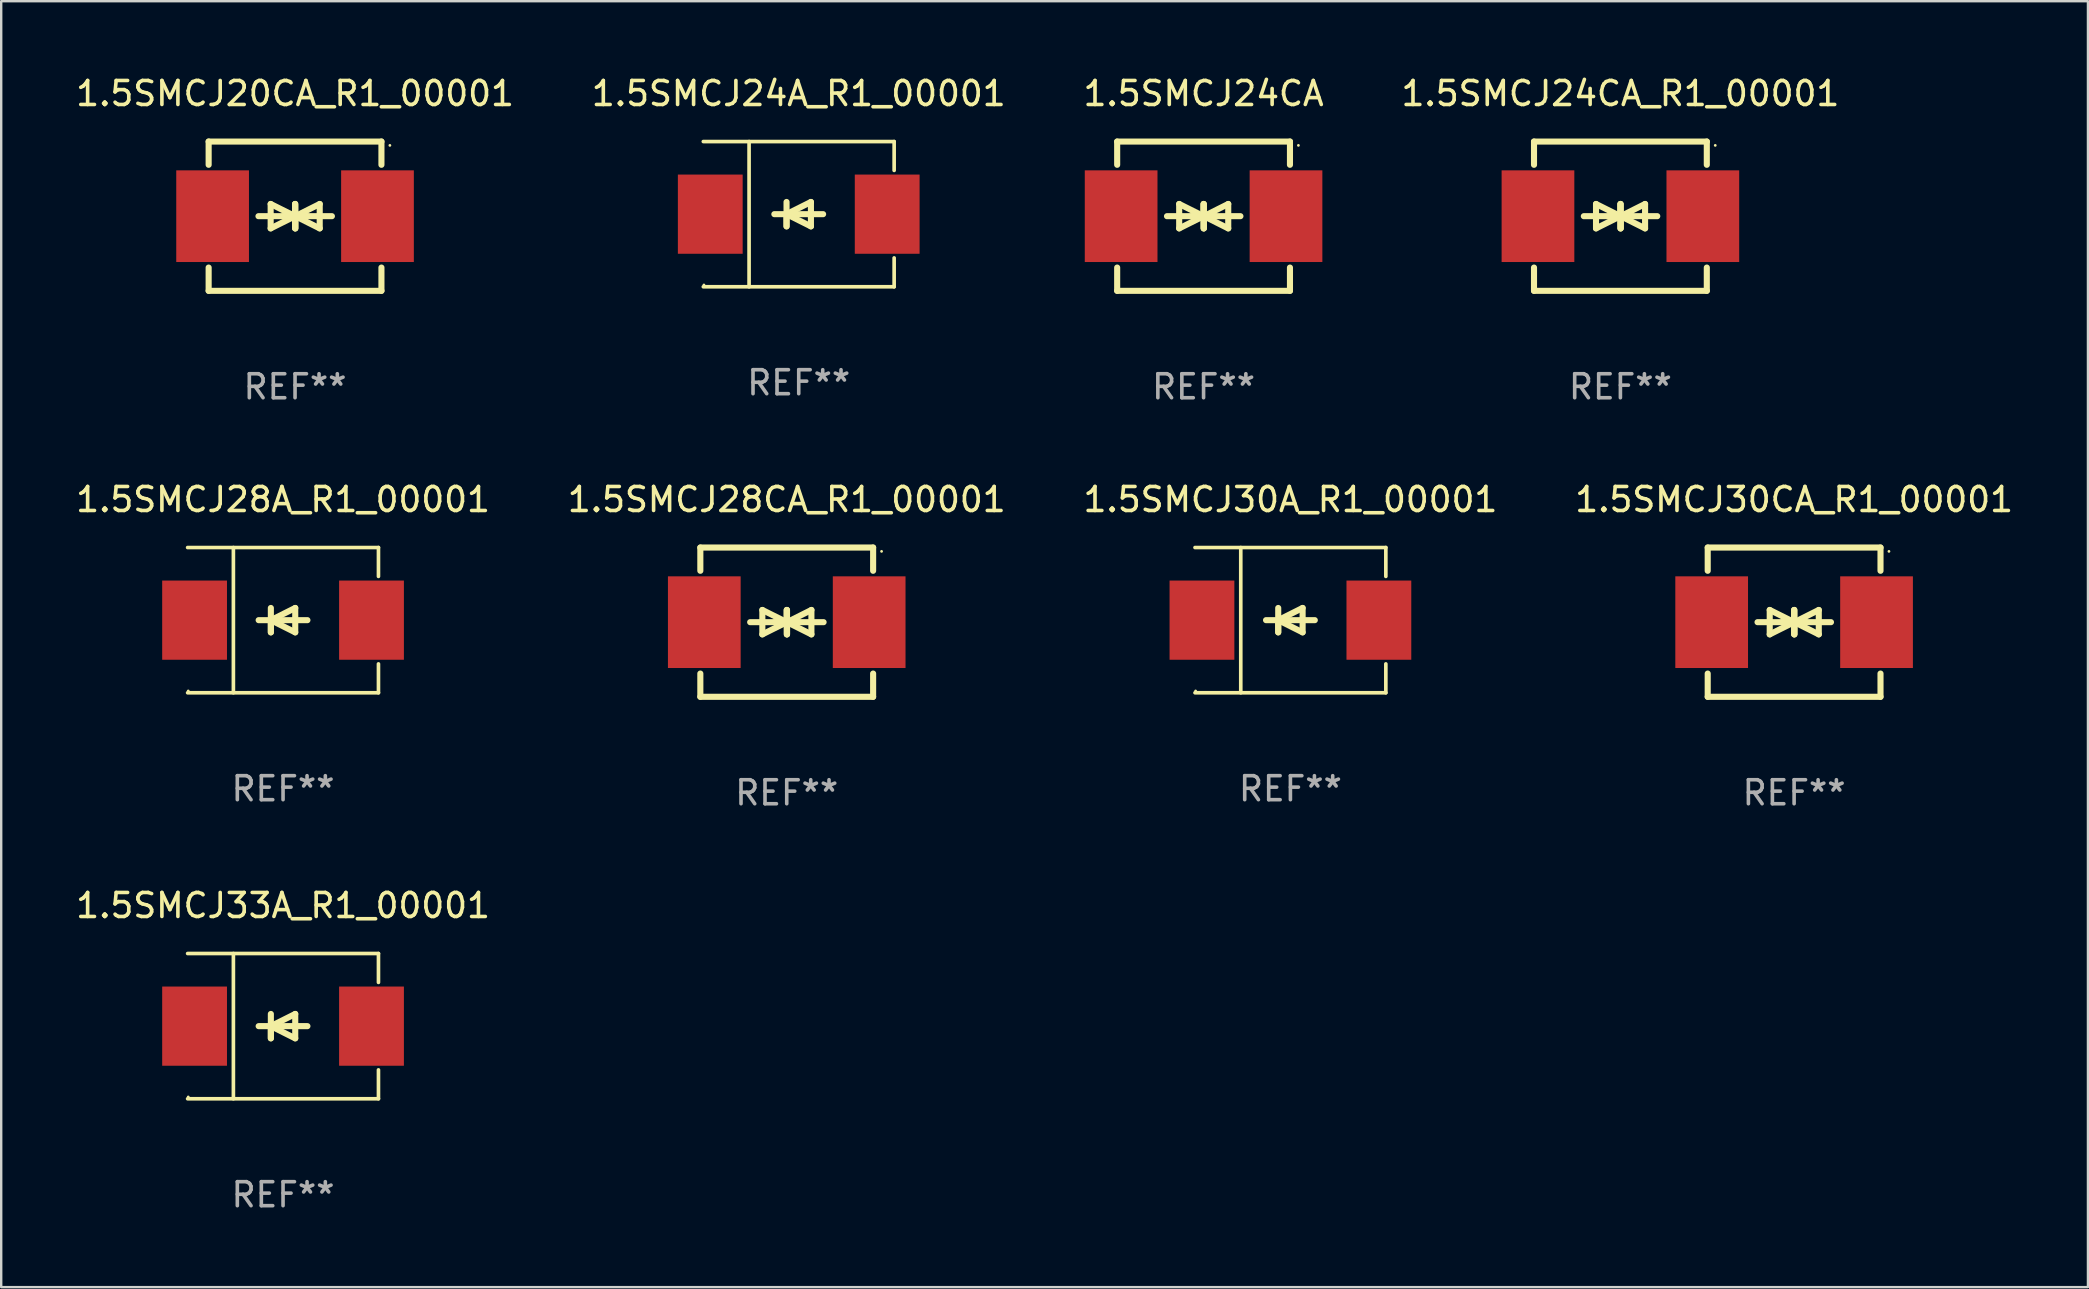
<source format=kicad_pcb>
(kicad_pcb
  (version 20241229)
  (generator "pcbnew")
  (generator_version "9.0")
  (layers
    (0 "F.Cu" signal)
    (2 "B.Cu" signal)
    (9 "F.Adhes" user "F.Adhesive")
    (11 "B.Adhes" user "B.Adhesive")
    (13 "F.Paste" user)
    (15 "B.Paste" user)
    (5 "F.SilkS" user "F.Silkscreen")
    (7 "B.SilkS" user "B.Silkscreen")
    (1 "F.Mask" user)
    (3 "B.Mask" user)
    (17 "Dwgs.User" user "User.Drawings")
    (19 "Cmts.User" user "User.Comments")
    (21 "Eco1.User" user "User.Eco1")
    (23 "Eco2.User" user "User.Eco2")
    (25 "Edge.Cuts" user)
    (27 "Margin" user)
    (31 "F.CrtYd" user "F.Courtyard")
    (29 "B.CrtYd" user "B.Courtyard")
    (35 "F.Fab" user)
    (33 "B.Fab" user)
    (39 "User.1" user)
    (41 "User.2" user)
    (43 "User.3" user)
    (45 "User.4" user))
  (footprint "1.5SMCJ24CA_R1_00001"
    (layer "F.Cu")
    (at 64.47 5.958)
    (property "Reference" "1.5SMCJ24CA_R1_00001" (at 0 -5.11 0) (layer "F.SilkS") (effects (font (size 1 1) (thickness 0.15))))
    (attr through_hole)
    (fp_line (start -3.6 -2.141) (end -3.6 -3.11) (stroke (width 0.254) (type solid)) (layer "F.SilkS"))
    (fp_line (start -3.6 3.11) (end -3.6 2.141) (stroke (width 0.254) (type solid)) (layer "F.SilkS"))
    (fp_line (start -1.524 0) (end 0.508 0) (stroke (width 0.254) (type solid)) (layer "F.SilkS"))
    (fp_line (start -1.016 -0.508) (end -1.016 0.508) (stroke (width 0.254) (type solid)) (layer "F.SilkS"))
    (fp_line (start -1.016 0.508) (end 0 0) (stroke (width 0.254) (type solid)) (layer "F.SilkS"))
    (fp_line (start 0 -0.508) (end 0 0.508) (stroke (width 0.254) (type solid)) (layer "F.SilkS"))
    (fp_line (start 0 0) (end -1.016 -0.508) (stroke (width 0.254) (type solid)) (layer "F.SilkS"))
    (fp_line (start 0 0) (end 0 -0.508) (stroke (width 0.254) (type solid)) (layer "F.SilkS"))
    (fp_line (start 0.012 0) (end 0.012 0.508) (stroke (width 0.254) (type solid)) (layer "F.SilkS"))
    (fp_line (start 0.012 0) (end 1.028 0.508) (stroke (width 0.254) (type solid)) (layer "F.SilkS"))
    (fp_line (start 0.012 0.508) (end 0.012 -0.508) (stroke (width 0.254) (type solid)) (layer "F.SilkS"))
    (fp_line (start 1.028 -0.508) (end 0.012 0) (stroke (width 0.254) (type solid)) (layer "F.SilkS"))
    (fp_line (start 1.028 0.508) (end 1.028 -0.508) (stroke (width 0.254) (type solid)) (layer "F.SilkS"))
    (fp_line (start 1.536 0) (end -0.496 0) (stroke (width 0.254) (type solid)) (layer "F.SilkS"))
    (fp_line (start 3.6 -3.11) (end -3.6 -3.11) (stroke (width 0.254) (type solid)) (layer "F.SilkS"))
    (fp_line (start 3.6 -2.141) (end 3.6 -3.11) (stroke (width 0.254) (type solid)) (layer "F.SilkS"))
    (fp_line (start 3.6 3.11) (end -3.6 3.11) (stroke (width 0.254) (type solid)) (layer "F.SilkS"))
    (fp_line (start 3.6 3.11) (end 3.6 2.141) (stroke (width 0.254) (type solid)) (layer "F.SilkS"))
    (fp_circle (center 3.952 -2.95) (end 3.982 -2.95) (stroke (width 0.06) (type solid)) (fill no) (layer "F.SilkS"))
    (fp_text user "REF**" (at 0 7.11 0) (layer "F.Fab") (effects (font (size 1 1) (thickness 0.15))))
    (pad "1" smd rect (at 3.435 0) (size 3.03 3.82) (layers "F.Cu" "F.Mask" "F.Paste"))
    (pad "2" smd rect (at -3.435 0) (size 3.03 3.82) (layers "F.Cu" "F.Mask" "F.Paste")))
  (footprint "1.5SMCJ24CA"
    (layer "F.Cu")
    (at 47.101 5.958)
    (property "Reference" "1.5SMCJ24CA" (at 0 -5.11 0) (layer "F.SilkS") (effects (font (size 1 1) (thickness 0.15))))
    (attr through_hole)
    (fp_line (start -3.6 -2.141) (end -3.6 -3.11) (stroke (width 0.254) (type solid)) (layer "F.SilkS"))
    (fp_line (start -3.6 3.11) (end -3.6 2.141) (stroke (width 0.254) (type solid)) (layer "F.SilkS"))
    (fp_line (start -1.524 0) (end 0.508 0) (stroke (width 0.254) (type solid)) (layer "F.SilkS"))
    (fp_line (start -1.016 -0.508) (end -1.016 0.508) (stroke (width 0.254) (type solid)) (layer "F.SilkS"))
    (fp_line (start -1.016 0.508) (end 0 0) (stroke (width 0.254) (type solid)) (layer "F.SilkS"))
    (fp_line (start 0 -0.508) (end 0 0.508) (stroke (width 0.254) (type solid)) (layer "F.SilkS"))
    (fp_line (start 0 0) (end -1.016 -0.508) (stroke (width 0.254) (type solid)) (layer "F.SilkS"))
    (fp_line (start 0 0) (end 0 -0.508) (stroke (width 0.254) (type solid)) (layer "F.SilkS"))
    (fp_line (start 0.012 0) (end 0.012 0.508) (stroke (width 0.254) (type solid)) (layer "F.SilkS"))
    (fp_line (start 0.012 0) (end 1.028 0.508) (stroke (width 0.254) (type solid)) (layer "F.SilkS"))
    (fp_line (start 0.012 0.508) (end 0.012 -0.508) (stroke (width 0.254) (type solid)) (layer "F.SilkS"))
    (fp_line (start 1.028 -0.508) (end 0.012 0) (stroke (width 0.254) (type solid)) (layer "F.SilkS"))
    (fp_line (start 1.028 0.508) (end 1.028 -0.508) (stroke (width 0.254) (type solid)) (layer "F.SilkS"))
    (fp_line (start 1.536 0) (end -0.496 0) (stroke (width 0.254) (type solid)) (layer "F.SilkS"))
    (fp_line (start 3.6 -3.11) (end -3.6 -3.11) (stroke (width 0.254) (type solid)) (layer "F.SilkS"))
    (fp_line (start 3.6 -2.141) (end 3.6 -3.11) (stroke (width 0.254) (type solid)) (layer "F.SilkS"))
    (fp_line (start 3.6 3.11) (end -3.6 3.11) (stroke (width 0.254) (type solid)) (layer "F.SilkS"))
    (fp_line (start 3.6 3.11) (end 3.6 2.141) (stroke (width 0.254) (type solid)) (layer "F.SilkS"))
    (fp_circle (center 3.952 -2.95) (end 3.982 -2.95) (stroke (width 0.06) (type solid)) (fill no) (layer "F.SilkS"))
    (fp_text user "REF**" (at 0 7.11 0) (layer "F.Fab") (effects (font (size 1 1) (thickness 0.15))))
    (pad "1" smd rect (at 3.435 0) (size 3.03 3.82) (layers "F.Cu" "F.Mask" "F.Paste"))
    (pad "2" smd rect (at -3.435 0) (size 3.03 3.82) (layers "F.Cu" "F.Mask" "F.Paste")))
  (footprint "1.5SMCJ30A_R1_00001"
    (layer "F.Cu")
    (at 50.72 22.791)
    (property "Reference" "1.5SMCJ30A_R1_00001" (at 0 -5.026 0) (layer "F.SilkS") (effects (font (size 1 1) (thickness 0.15))))
    (attr through_hole)
    (fp_line (start -3.976 -3.026) (end 3.976 -3.026) (stroke (width 0.152) (type solid)) (layer "F.SilkS"))
    (fp_line (start -3.976 3.026) (end 3.976 3.026) (stroke (width 0.152) (type solid)) (layer "F.SilkS"))
    (fp_line (start -2.069 -3.026) (end -2.069 3.026) (stroke (width 0.152) (type solid)) (layer "F.SilkS"))
    (fp_line (start -0.508 0) (end -0.508 0.508) (stroke (width 0.254) (type solid)) (layer "F.SilkS"))
    (fp_line (start -0.508 0) (end 0.508 0.508) (stroke (width 0.254) (type solid)) (layer "F.SilkS"))
    (fp_line (start -0.508 0.508) (end -0.508 -0.508) (stroke (width 0.254) (type solid)) (layer "F.SilkS"))
    (fp_line (start 0.508 -0.508) (end -0.508 0) (stroke (width 0.254) (type solid)) (layer "F.SilkS"))
    (fp_line (start 0.508 0.508) (end 0.508 -0.508) (stroke (width 0.254) (type solid)) (layer "F.SilkS"))
    (fp_line (start 1.016 0) (end -1.016 0) (stroke (width 0.254) (type solid)) (layer "F.SilkS"))
    (fp_line (start 3.976 -3.026) (end 3.976 -1.823) (stroke (width 0.152) (type solid)) (layer "F.SilkS"))
    (fp_line (start 3.976 3.026) (end 3.976 1.823) (stroke (width 0.152) (type solid)) (layer "F.SilkS"))
    (fp_circle (center -3.95 2.95) (end -3.92 2.95) (stroke (width 0.06) (type solid)) (fill no) (layer "F.SilkS"))
    (fp_text user "REF**" (at 0 7.026 0) (layer "F.Fab") (effects (font (size 1 1) (thickness 0.15))))
    (pad "1" smd rect (at -3.686 0) (size 2.7 3.3) (layers "F.Cu" "F.Mask" "F.Paste"))
    (pad "2" smd rect (at 3.686 0) (size 2.7 3.3) (layers "F.Cu" "F.Mask" "F.Paste")))
  (footprint "1.5SMCJ33A_R1_00001"
    (layer "F.Cu")
    (at 8.744 39.708)
    (property "Reference" "1.5SMCJ33A_R1_00001" (at 0 -5.026 0) (layer "F.SilkS") (effects (font (size 1 1) (thickness 0.15))))
    (attr through_hole)
    (fp_line (start -3.976 -3.026) (end 3.976 -3.026) (stroke (width 0.152) (type solid)) (layer "F.SilkS"))
    (fp_line (start -3.976 3.026) (end 3.976 3.026) (stroke (width 0.152) (type solid)) (layer "F.SilkS"))
    (fp_line (start -2.069 -3.026) (end -2.069 3.026) (stroke (width 0.152) (type solid)) (layer "F.SilkS"))
    (fp_line (start -0.508 0) (end -0.508 0.508) (stroke (width 0.254) (type solid)) (layer "F.SilkS"))
    (fp_line (start -0.508 0) (end 0.508 0.508) (stroke (width 0.254) (type solid)) (layer "F.SilkS"))
    (fp_line (start -0.508 0.508) (end -0.508 -0.508) (stroke (width 0.254) (type solid)) (layer "F.SilkS"))
    (fp_line (start 0.508 -0.508) (end -0.508 0) (stroke (width 0.254) (type solid)) (layer "F.SilkS"))
    (fp_line (start 0.508 0.508) (end 0.508 -0.508) (stroke (width 0.254) (type solid)) (layer "F.SilkS"))
    (fp_line (start 1.016 0) (end -1.016 0) (stroke (width 0.254) (type solid)) (layer "F.SilkS"))
    (fp_line (start 3.976 -3.026) (end 3.976 -1.823) (stroke (width 0.152) (type solid)) (layer "F.SilkS"))
    (fp_line (start 3.976 3.026) (end 3.976 1.823) (stroke (width 0.152) (type solid)) (layer "F.SilkS"))
    (fp_circle (center -3.95 2.95) (end -3.92 2.95) (stroke (width 0.06) (type solid)) (fill no) (layer "F.SilkS"))
    (fp_text user "REF**" (at 0 7.026 0) (layer "F.Fab") (effects (font (size 1 1) (thickness 0.15))))
    (pad "1" smd rect (at -3.686 0) (size 2.7 3.3) (layers "F.Cu" "F.Mask" "F.Paste"))
    (pad "2" smd rect (at 3.686 0) (size 2.7 3.3) (layers "F.Cu" "F.Mask" "F.Paste")))
  (footprint "1.5SMCJ24A_R1_00001"
    (layer "F.Cu")
    (at 30.232 5.874)
    (property "Reference" "1.5SMCJ24A_R1_00001" (at 0 -5.026 0) (layer "F.SilkS") (effects (font (size 1 1) (thickness 0.15))))
    (attr through_hole)
    (fp_line (start -3.976 -3.026) (end 3.976 -3.026) (stroke (width 0.152) (type solid)) (layer "F.SilkS"))
    (fp_line (start -3.976 3.026) (end 3.976 3.026) (stroke (width 0.152) (type solid)) (layer "F.SilkS"))
    (fp_line (start -2.069 -3.026) (end -2.069 3.026) (stroke (width 0.152) (type solid)) (layer "F.SilkS"))
    (fp_line (start -0.508 0) (end -0.508 0.508) (stroke (width 0.254) (type solid)) (layer "F.SilkS"))
    (fp_line (start -0.508 0) (end 0.508 0.508) (stroke (width 0.254) (type solid)) (layer "F.SilkS"))
    (fp_line (start -0.508 0.508) (end -0.508 -0.508) (stroke (width 0.254) (type solid)) (layer "F.SilkS"))
    (fp_line (start 0.508 -0.508) (end -0.508 0) (stroke (width 0.254) (type solid)) (layer "F.SilkS"))
    (fp_line (start 0.508 0.508) (end 0.508 -0.508) (stroke (width 0.254) (type solid)) (layer "F.SilkS"))
    (fp_line (start 1.016 0) (end -1.016 0) (stroke (width 0.254) (type solid)) (layer "F.SilkS"))
    (fp_line (start 3.976 -3.026) (end 3.976 -1.823) (stroke (width 0.152) (type solid)) (layer "F.SilkS"))
    (fp_line (start 3.976 3.026) (end 3.976 1.823) (stroke (width 0.152) (type solid)) (layer "F.SilkS"))
    (fp_circle (center -3.95 2.95) (end -3.92 2.95) (stroke (width 0.06) (type solid)) (fill no) (layer "F.SilkS"))
    (fp_text user "REF**" (at 0 7.026 0) (layer "F.Fab") (effects (font (size 1 1) (thickness 0.15))))
    (pad "1" smd rect (at -3.686 0) (size 2.7 3.3) (layers "F.Cu" "F.Mask" "F.Paste"))
    (pad "2" smd rect (at 3.686 0) (size 2.7 3.3) (layers "F.Cu" "F.Mask" "F.Paste")))
  (footprint "1.5SMCJ28CA_R1_00001"
    (layer "F.Cu")
    (at 29.732 22.875)
    (property "Reference" "1.5SMCJ28CA_R1_00001" (at 0 -5.11 0) (layer "F.SilkS") (effects (font (size 1 1) (thickness 0.15))))
    (attr through_hole)
    (fp_line (start -3.6 -2.141) (end -3.6 -3.11) (stroke (width 0.254) (type solid)) (layer "F.SilkS"))
    (fp_line (start -3.6 3.11) (end -3.6 2.141) (stroke (width 0.254) (type solid)) (layer "F.SilkS"))
    (fp_line (start -1.524 0) (end 0.508 0) (stroke (width 0.254) (type solid)) (layer "F.SilkS"))
    (fp_line (start -1.016 -0.508) (end -1.016 0.508) (stroke (width 0.254) (type solid)) (layer "F.SilkS"))
    (fp_line (start -1.016 0.508) (end 0 0) (stroke (width 0.254) (type solid)) (layer "F.SilkS"))
    (fp_line (start 0 -0.508) (end 0 0.508) (stroke (width 0.254) (type solid)) (layer "F.SilkS"))
    (fp_line (start 0 0) (end -1.016 -0.508) (stroke (width 0.254) (type solid)) (layer "F.SilkS"))
    (fp_line (start 0 0) (end 0 -0.508) (stroke (width 0.254) (type solid)) (layer "F.SilkS"))
    (fp_line (start 0.012 0) (end 0.012 0.508) (stroke (width 0.254) (type solid)) (layer "F.SilkS"))
    (fp_line (start 0.012 0) (end 1.028 0.508) (stroke (width 0.254) (type solid)) (layer "F.SilkS"))
    (fp_line (start 0.012 0.508) (end 0.012 -0.508) (stroke (width 0.254) (type solid)) (layer "F.SilkS"))
    (fp_line (start 1.028 -0.508) (end 0.012 0) (stroke (width 0.254) (type solid)) (layer "F.SilkS"))
    (fp_line (start 1.028 0.508) (end 1.028 -0.508) (stroke (width 0.254) (type solid)) (layer "F.SilkS"))
    (fp_line (start 1.536 0) (end -0.496 0) (stroke (width 0.254) (type solid)) (layer "F.SilkS"))
    (fp_line (start 3.6 -3.11) (end -3.6 -3.11) (stroke (width 0.254) (type solid)) (layer "F.SilkS"))
    (fp_line (start 3.6 -2.141) (end 3.6 -3.11) (stroke (width 0.254) (type solid)) (layer "F.SilkS"))
    (fp_line (start 3.6 3.11) (end -3.6 3.11) (stroke (width 0.254) (type solid)) (layer "F.SilkS"))
    (fp_line (start 3.6 3.11) (end 3.6 2.141) (stroke (width 0.254) (type solid)) (layer "F.SilkS"))
    (fp_circle (center 3.952 -2.95) (end 3.982 -2.95) (stroke (width 0.06) (type solid)) (fill no) (layer "F.SilkS"))
    (fp_text user "REF**" (at 0 7.11 0) (layer "F.Fab") (effects (font (size 1 1) (thickness 0.15))))
    (pad "1" smd rect (at 3.435 0) (size 3.03 3.82) (layers "F.Cu" "F.Mask" "F.Paste"))
    (pad "2" smd rect (at -3.435 0) (size 3.03 3.82) (layers "F.Cu" "F.Mask" "F.Paste")))
  (footprint "1.5SMCJ28A_R1_00001"
    (layer "F.Cu")
    (at 8.744 22.791)
    (property "Reference" "1.5SMCJ28A_R1_00001" (at 0 -5.026 0) (layer "F.SilkS") (effects (font (size 1 1) (thickness 0.15))))
    (attr through_hole)
    (fp_line (start -3.976 -3.026) (end 3.976 -3.026) (stroke (width 0.152) (type solid)) (layer "F.SilkS"))
    (fp_line (start -3.976 3.026) (end 3.976 3.026) (stroke (width 0.152) (type solid)) (layer "F.SilkS"))
    (fp_line (start -2.069 -3.026) (end -2.069 3.026) (stroke (width 0.152) (type solid)) (layer "F.SilkS"))
    (fp_line (start -0.508 0) (end -0.508 0.508) (stroke (width 0.254) (type solid)) (layer "F.SilkS"))
    (fp_line (start -0.508 0) (end 0.508 0.508) (stroke (width 0.254) (type solid)) (layer "F.SilkS"))
    (fp_line (start -0.508 0.508) (end -0.508 -0.508) (stroke (width 0.254) (type solid)) (layer "F.SilkS"))
    (fp_line (start 0.508 -0.508) (end -0.508 0) (stroke (width 0.254) (type solid)) (layer "F.SilkS"))
    (fp_line (start 0.508 0.508) (end 0.508 -0.508) (stroke (width 0.254) (type solid)) (layer "F.SilkS"))
    (fp_line (start 1.016 0) (end -1.016 0) (stroke (width 0.254) (type solid)) (layer "F.SilkS"))
    (fp_line (start 3.976 -3.026) (end 3.976 -1.823) (stroke (width 0.152) (type solid)) (layer "F.SilkS"))
    (fp_line (start 3.976 3.026) (end 3.976 1.823) (stroke (width 0.152) (type solid)) (layer "F.SilkS"))
    (fp_circle (center -3.95 2.95) (end -3.92 2.95) (stroke (width 0.06) (type solid)) (fill no) (layer "F.SilkS"))
    (fp_text user "REF**" (at 0 7.026 0) (layer "F.Fab") (effects (font (size 1 1) (thickness 0.15))))
    (pad "1" smd rect (at -3.686 0) (size 2.7 3.3) (layers "F.Cu" "F.Mask" "F.Paste"))
    (pad "2" smd rect (at 3.686 0) (size 2.7 3.3) (layers "F.Cu" "F.Mask" "F.Paste")))
  (footprint "1.5SMCJ20CA_R1_00001"
    (layer "F.Cu")
    (at 9.244 5.958)
    (property "Reference" "1.5SMCJ20CA_R1_00001" (at 0 -5.11 0) (layer "F.SilkS") (effects (font (size 1 1) (thickness 0.15))))
    (attr through_hole)
    (fp_line (start -3.6 -2.141) (end -3.6 -3.11) (stroke (width 0.254) (type solid)) (layer "F.SilkS"))
    (fp_line (start -3.6 3.11) (end -3.6 2.141) (stroke (width 0.254) (type solid)) (layer "F.SilkS"))
    (fp_line (start -1.524 0) (end 0.508 0) (stroke (width 0.254) (type solid)) (layer "F.SilkS"))
    (fp_line (start -1.016 -0.508) (end -1.016 0.508) (stroke (width 0.254) (type solid)) (layer "F.SilkS"))
    (fp_line (start -1.016 0.508) (end 0 0) (stroke (width 0.254) (type solid)) (layer "F.SilkS"))
    (fp_line (start 0 -0.508) (end 0 0.508) (stroke (width 0.254) (type solid)) (layer "F.SilkS"))
    (fp_line (start 0 0) (end -1.016 -0.508) (stroke (width 0.254) (type solid)) (layer "F.SilkS"))
    (fp_line (start 0 0) (end 0 -0.508) (stroke (width 0.254) (type solid)) (layer "F.SilkS"))
    (fp_line (start 0.012 0) (end 0.012 0.508) (stroke (width 0.254) (type solid)) (layer "F.SilkS"))
    (fp_line (start 0.012 0) (end 1.028 0.508) (stroke (width 0.254) (type solid)) (layer "F.SilkS"))
    (fp_line (start 0.012 0.508) (end 0.012 -0.508) (stroke (width 0.254) (type solid)) (layer "F.SilkS"))
    (fp_line (start 1.028 -0.508) (end 0.012 0) (stroke (width 0.254) (type solid)) (layer "F.SilkS"))
    (fp_line (start 1.028 0.508) (end 1.028 -0.508) (stroke (width 0.254) (type solid)) (layer "F.SilkS"))
    (fp_line (start 1.536 0) (end -0.496 0) (stroke (width 0.254) (type solid)) (layer "F.SilkS"))
    (fp_line (start 3.6 -3.11) (end -3.6 -3.11) (stroke (width 0.254) (type solid)) (layer "F.SilkS"))
    (fp_line (start 3.6 -2.141) (end 3.6 -3.11) (stroke (width 0.254) (type solid)) (layer "F.SilkS"))
    (fp_line (start 3.6 3.11) (end -3.6 3.11) (stroke (width 0.254) (type solid)) (layer "F.SilkS"))
    (fp_line (start 3.6 3.11) (end 3.6 2.141) (stroke (width 0.254) (type solid)) (layer "F.SilkS"))
    (fp_circle (center 3.952 -2.95) (end 3.982 -2.95) (stroke (width 0.06) (type solid)) (fill no) (layer "F.SilkS"))
    (fp_text user "REF**" (at 0 7.11 0) (layer "F.Fab") (effects (font (size 1 1) (thickness 0.15))))
    (pad "1" smd rect (at 3.435 0) (size 3.03 3.82) (layers "F.Cu" "F.Mask" "F.Paste"))
    (pad "2" smd rect (at -3.435 0) (size 3.03 3.82) (layers "F.Cu" "F.Mask" "F.Paste")))
  (footprint "1.5SMCJ30CA_R1_00001"
    (layer "F.Cu")
    (at 71.708 22.875)
    (property "Reference" "1.5SMCJ30CA_R1_00001" (at 0 -5.11 0) (layer "F.SilkS") (effects (font (size 1 1) (thickness 0.15))))
    (attr through_hole)
    (fp_line (start -3.6 -2.141) (end -3.6 -3.11) (stroke (width 0.254) (type solid)) (layer "F.SilkS"))
    (fp_line (start -3.6 3.11) (end -3.6 2.141) (stroke (width 0.254) (type solid)) (layer "F.SilkS"))
    (fp_line (start -1.524 0) (end 0.508 0) (stroke (width 0.254) (type solid)) (layer "F.SilkS"))
    (fp_line (start -1.016 -0.508) (end -1.016 0.508) (stroke (width 0.254) (type solid)) (layer "F.SilkS"))
    (fp_line (start -1.016 0.508) (end 0 0) (stroke (width 0.254) (type solid)) (layer "F.SilkS"))
    (fp_line (start 0 -0.508) (end 0 0.508) (stroke (width 0.254) (type solid)) (layer "F.SilkS"))
    (fp_line (start 0 0) (end -1.016 -0.508) (stroke (width 0.254) (type solid)) (layer "F.SilkS"))
    (fp_line (start 0 0) (end 0 -0.508) (stroke (width 0.254) (type solid)) (layer "F.SilkS"))
    (fp_line (start 0.012 0) (end 0.012 0.508) (stroke (width 0.254) (type solid)) (layer "F.SilkS"))
    (fp_line (start 0.012 0) (end 1.028 0.508) (stroke (width 0.254) (type solid)) (layer "F.SilkS"))
    (fp_line (start 0.012 0.508) (end 0.012 -0.508) (stroke (width 0.254) (type solid)) (layer "F.SilkS"))
    (fp_line (start 1.028 -0.508) (end 0.012 0) (stroke (width 0.254) (type solid)) (layer "F.SilkS"))
    (fp_line (start 1.028 0.508) (end 1.028 -0.508) (stroke (width 0.254) (type solid)) (layer "F.SilkS"))
    (fp_line (start 1.536 0) (end -0.496 0) (stroke (width 0.254) (type solid)) (layer "F.SilkS"))
    (fp_line (start 3.6 -3.11) (end -3.6 -3.11) (stroke (width 0.254) (type solid)) (layer "F.SilkS"))
    (fp_line (start 3.6 -2.141) (end 3.6 -3.11) (stroke (width 0.254) (type solid)) (layer "F.SilkS"))
    (fp_line (start 3.6 3.11) (end -3.6 3.11) (stroke (width 0.254) (type solid)) (layer "F.SilkS"))
    (fp_line (start 3.6 3.11) (end 3.6 2.141) (stroke (width 0.254) (type solid)) (layer "F.SilkS"))
    (fp_circle (center 3.952 -2.95) (end 3.982 -2.95) (stroke (width 0.06) (type solid)) (fill no) (layer "F.SilkS"))
    (fp_text user "REF**" (at 0 7.11 0) (layer "F.Fab") (effects (font (size 1 1) (thickness 0.15))))
    (pad "1" smd rect (at 3.435 0) (size 3.03 3.82) (layers "F.Cu" "F.Mask" "F.Paste"))
    (pad "2" smd rect (at -3.435 0) (size 3.03 3.82) (layers "F.Cu" "F.Mask" "F.Paste")))
  (gr_rect
    (start -3 -3)
    (end 83.952 50.582)
    (stroke (width 0.1) (type default))
    (fill no)
    (layer "Edge.Cuts")))
</source>
